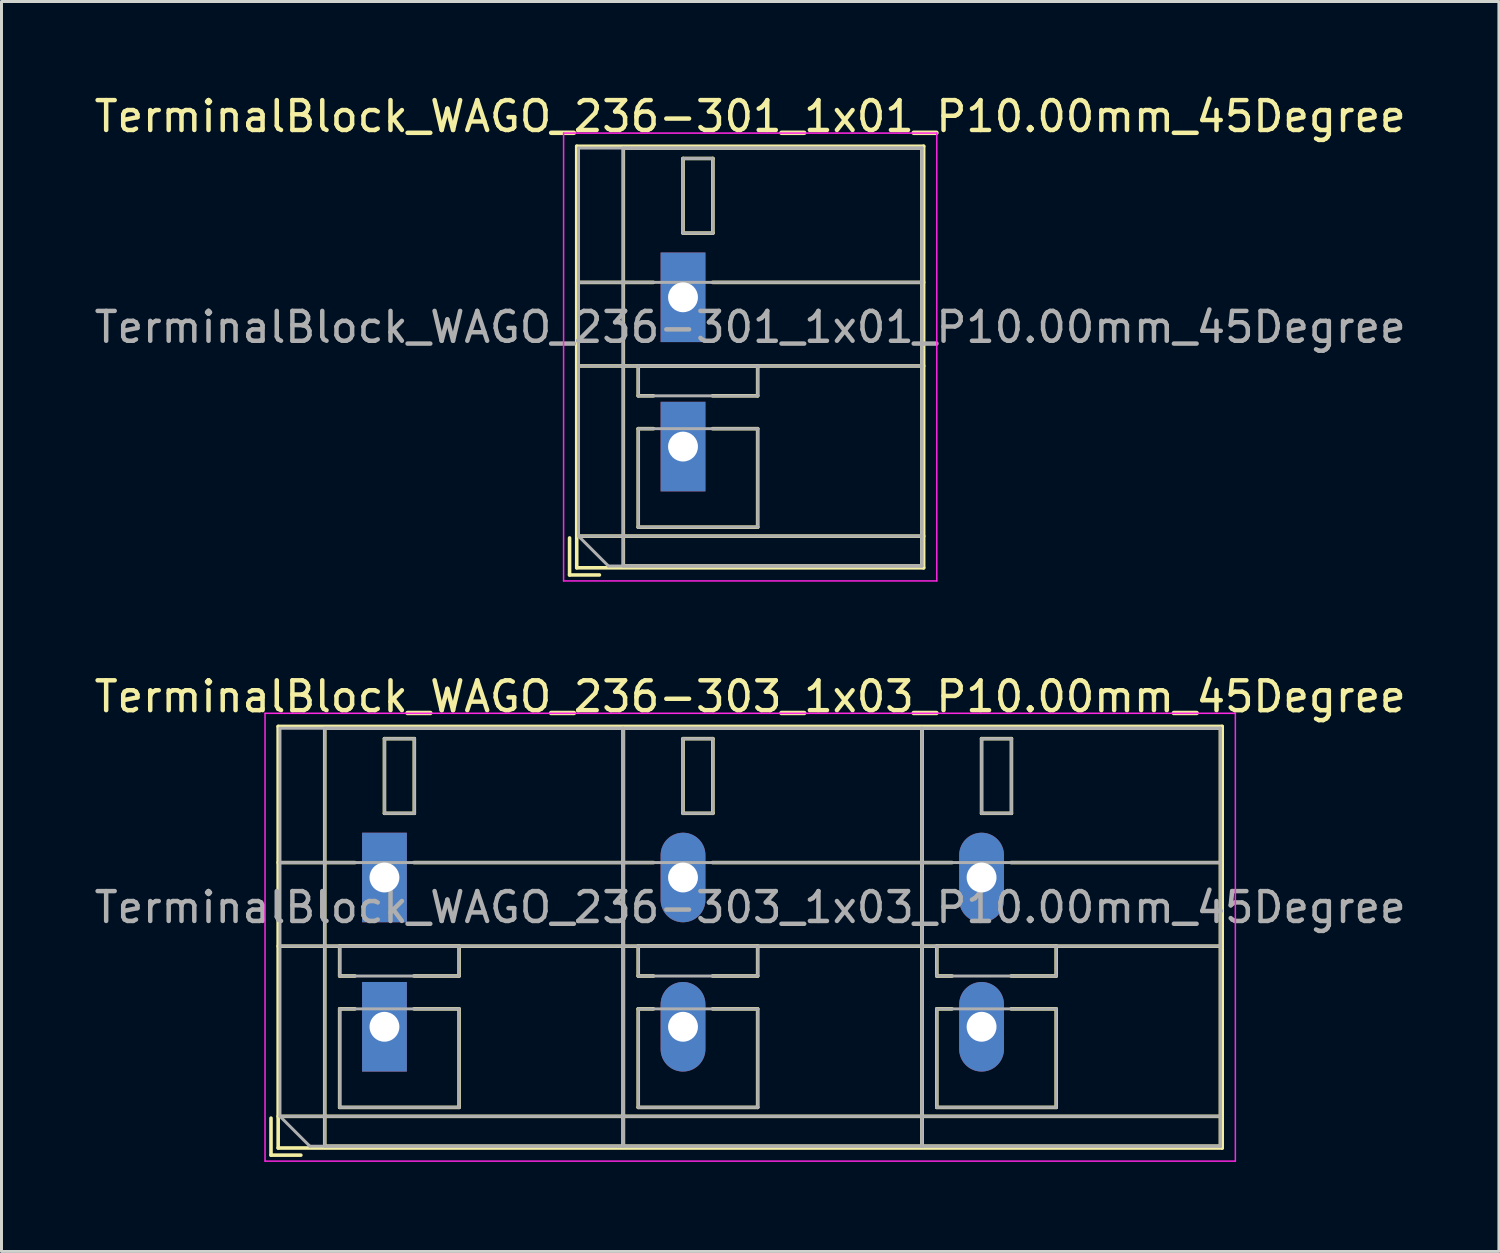
<source format=kicad_pcb>
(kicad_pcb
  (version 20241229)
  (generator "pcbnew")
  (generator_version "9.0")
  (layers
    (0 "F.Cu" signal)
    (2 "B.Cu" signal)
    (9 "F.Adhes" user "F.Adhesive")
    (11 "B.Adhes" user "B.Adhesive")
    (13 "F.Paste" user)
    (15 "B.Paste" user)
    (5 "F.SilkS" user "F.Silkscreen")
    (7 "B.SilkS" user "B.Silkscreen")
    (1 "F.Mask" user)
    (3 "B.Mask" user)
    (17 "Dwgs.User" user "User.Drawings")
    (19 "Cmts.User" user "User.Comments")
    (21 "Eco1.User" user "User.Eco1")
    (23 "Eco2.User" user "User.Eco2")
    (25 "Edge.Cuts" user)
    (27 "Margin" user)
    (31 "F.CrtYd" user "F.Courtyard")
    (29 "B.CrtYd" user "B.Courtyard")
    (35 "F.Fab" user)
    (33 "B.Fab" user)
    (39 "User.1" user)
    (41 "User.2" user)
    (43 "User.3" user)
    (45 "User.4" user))
  (footprint "TerminalBlock_WAGO_236-303_1x03_P10.00mm_45Degree"
    (layer "F.Cu")
    (at 9.827 31.341)
    (property "Reference" "TerminalBlock_WAGO_236-303_1x03_P10.00mm_45Degree" (at 12.25 -11.06 0) (layer "F.SilkS") (effects (font (size 1 1) (thickness 0.15))))
    (attr through_hole)
    (fp_line (start -3.8 3.06) (end -3.8 4.3) (stroke (width 0.12) (type solid)) (layer "F.SilkS"))
    (fp_line (start -3.8 4.3) (end -2.8 4.3) (stroke (width 0.12) (type solid)) (layer "F.SilkS"))
    (fp_line (start -3.56 -10.06) (end -3.56 4.06) (stroke (width 0.12) (type solid)) (layer "F.SilkS"))
    (fp_line (start -3.56 -10.06) (end 28.06 -10.06) (stroke (width 0.12) (type solid)) (layer "F.SilkS"))
    (fp_line (start -3.56 -5.5) (end -0.99 -5.5) (stroke (width 0.12) (type solid)) (layer "F.SilkS"))
    (fp_line (start -3.56 -2.7) (end 28.06 -2.7) (stroke (width 0.12) (type solid)) (layer "F.SilkS"))
    (fp_line (start -3.56 3) (end 28.06 3) (stroke (width 0.12) (type solid)) (layer "F.SilkS"))
    (fp_line (start -3.56 4.06) (end 28.06 4.06) (stroke (width 0.12) (type solid)) (layer "F.SilkS"))
    (fp_line (start -2 -10) (end -2 4) (stroke (width 0.12) (type solid)) (layer "F.SilkS"))
    (fp_line (start -2 -10) (end 8 -10) (stroke (width 0.12) (type solid)) (layer "F.SilkS"))
    (fp_line (start -2 4) (end 8 4) (stroke (width 0.12) (type solid)) (layer "F.SilkS"))
    (fp_line (start -1.5 -2.7) (end -1.5 -1.701) (stroke (width 0.12) (type solid)) (layer "F.SilkS"))
    (fp_line (start -1.5 -2.7) (end 2.5 -2.7) (stroke (width 0.12) (type solid)) (layer "F.SilkS"))
    (fp_line (start -1.5 -1.701) (end -0.99 -1.701) (stroke (width 0.12) (type solid)) (layer "F.SilkS"))
    (fp_line (start -1.5 -0.6) (end -1.5 2.7) (stroke (width 0.12) (type solid)) (layer "F.SilkS"))
    (fp_line (start -1.5 -0.6) (end -0.99 -0.6) (stroke (width 0.12) (type solid)) (layer "F.SilkS"))
    (fp_line (start -1.5 2.7) (end 2.5 2.7) (stroke (width 0.12) (type solid)) (layer "F.SilkS"))
    (fp_line (start 0 -9.65) (end 0 -7.15) (stroke (width 0.12) (type solid)) (layer "F.SilkS"))
    (fp_line (start 0 -9.65) (end 1 -9.65) (stroke (width 0.12) (type solid)) (layer "F.SilkS"))
    (fp_line (start 0 -7.15) (end 1 -7.15) (stroke (width 0.12) (type solid)) (layer "F.SilkS"))
    (fp_line (start 0.99 -5.5) (end 9.01 -5.5) (stroke (width 0.12) (type solid)) (layer "F.SilkS"))
    (fp_line (start 0.99 -1.701) (end 2.5 -1.701) (stroke (width 0.12) (type solid)) (layer "F.SilkS"))
    (fp_line (start 0.99 -0.6) (end 2.5 -0.6) (stroke (width 0.12) (type solid)) (layer "F.SilkS"))
    (fp_line (start 1 -9.65) (end 1 -7.15) (stroke (width 0.12) (type solid)) (layer "F.SilkS"))
    (fp_line (start 2.5 -2.7) (end 2.5 -1.701) (stroke (width 0.12) (type solid)) (layer "F.SilkS"))
    (fp_line (start 2.5 -0.6) (end 2.5 2.7) (stroke (width 0.12) (type solid)) (layer "F.SilkS"))
    (fp_line (start 8 -10) (end 8 4) (stroke (width 0.12) (type solid)) (layer "F.SilkS"))
    (fp_line (start 8 -10) (end 8 4) (stroke (width 0.12) (type solid)) (layer "F.SilkS"))
    (fp_line (start 8 -10) (end 18 -10) (stroke (width 0.12) (type solid)) (layer "F.SilkS"))
    (fp_line (start 8 4) (end 18 4) (stroke (width 0.12) (type solid)) (layer "F.SilkS"))
    (fp_line (start 8.5 -2.7) (end 8.5 -1.701) (stroke (width 0.12) (type solid)) (layer "F.SilkS"))
    (fp_line (start 8.5 -2.7) (end 12.5 -2.7) (stroke (width 0.12) (type solid)) (layer "F.SilkS"))
    (fp_line (start 8.5 -1.701) (end 9.01 -1.701) (stroke (width 0.12) (type solid)) (layer "F.SilkS"))
    (fp_line (start 8.5 -0.6) (end 8.5 2.7) (stroke (width 0.12) (type solid)) (layer "F.SilkS"))
    (fp_line (start 8.5 -0.6) (end 9.01 -0.6) (stroke (width 0.12) (type solid)) (layer "F.SilkS"))
    (fp_line (start 8.5 2.7) (end 12.5 2.7) (stroke (width 0.12) (type solid)) (layer "F.SilkS"))
    (fp_line (start 10 -9.65) (end 10 -7.15) (stroke (width 0.12) (type solid)) (layer "F.SilkS"))
    (fp_line (start 10 -9.65) (end 11 -9.65) (stroke (width 0.12) (type solid)) (layer "F.SilkS"))
    (fp_line (start 10 -7.15) (end 11 -7.15) (stroke (width 0.12) (type solid)) (layer "F.SilkS"))
    (fp_line (start 10.99 -5.5) (end 19.01 -5.5) (stroke (width 0.12) (type solid)) (layer "F.SilkS"))
    (fp_line (start 10.99 -1.701) (end 12.5 -1.701) (stroke (width 0.12) (type solid)) (layer "F.SilkS"))
    (fp_line (start 10.99 -0.6) (end 12.5 -0.6) (stroke (width 0.12) (type solid)) (layer "F.SilkS"))
    (fp_line (start 11 -9.65) (end 11 -7.15) (stroke (width 0.12) (type solid)) (layer "F.SilkS"))
    (fp_line (start 12.5 -2.7) (end 12.5 -1.701) (stroke (width 0.12) (type solid)) (layer "F.SilkS"))
    (fp_line (start 12.5 -0.6) (end 12.5 2.7) (stroke (width 0.12) (type solid)) (layer "F.SilkS"))
    (fp_line (start 18 -10) (end 18 4) (stroke (width 0.12) (type solid)) (layer "F.SilkS"))
    (fp_line (start 18 -10) (end 18 4) (stroke (width 0.12) (type solid)) (layer "F.SilkS"))
    (fp_line (start 18 -10) (end 28 -10) (stroke (width 0.12) (type solid)) (layer "F.SilkS"))
    (fp_line (start 18 4) (end 28 4) (stroke (width 0.12) (type solid)) (layer "F.SilkS"))
    (fp_line (start 18.5 -2.7) (end 18.5 -1.701) (stroke (width 0.12) (type solid)) (layer "F.SilkS"))
    (fp_line (start 18.5 -2.7) (end 22.5 -2.7) (stroke (width 0.12) (type solid)) (layer "F.SilkS"))
    (fp_line (start 18.5 -1.701) (end 19.01 -1.701) (stroke (width 0.12) (type solid)) (layer "F.SilkS"))
    (fp_line (start 18.5 -0.6) (end 18.5 2.7) (stroke (width 0.12) (type solid)) (layer "F.SilkS"))
    (fp_line (start 18.5 -0.6) (end 19.01 -0.6) (stroke (width 0.12) (type solid)) (layer "F.SilkS"))
    (fp_line (start 18.5 2.7) (end 22.5 2.7) (stroke (width 0.12) (type solid)) (layer "F.SilkS"))
    (fp_line (start 20 -9.65) (end 20 -7.15) (stroke (width 0.12) (type solid)) (layer "F.SilkS"))
    (fp_line (start 20 -9.65) (end 21 -9.65) (stroke (width 0.12) (type solid)) (layer "F.SilkS"))
    (fp_line (start 20 -7.15) (end 21 -7.15) (stroke (width 0.12) (type solid)) (layer "F.SilkS"))
    (fp_line (start 20.99 -5.5) (end 28.06 -5.5) (stroke (width 0.12) (type solid)) (layer "F.SilkS"))
    (fp_line (start 20.99 -1.701) (end 22.5 -1.701) (stroke (width 0.12) (type solid)) (layer "F.SilkS"))
    (fp_line (start 20.99 -0.6) (end 22.5 -0.6) (stroke (width 0.12) (type solid)) (layer "F.SilkS"))
    (fp_line (start 21 -9.65) (end 21 -7.15) (stroke (width 0.12) (type solid)) (layer "F.SilkS"))
    (fp_line (start 22.5 -2.7) (end 22.5 -1.701) (stroke (width 0.12) (type solid)) (layer "F.SilkS"))
    (fp_line (start 22.5 -0.6) (end 22.5 2.7) (stroke (width 0.12) (type solid)) (layer "F.SilkS"))
    (fp_line (start 28 -10) (end 28 4) (stroke (width 0.12) (type solid)) (layer "F.SilkS"))
    (fp_line (start 28.06 -10.06) (end 28.06 4.06) (stroke (width 0.12) (type solid)) (layer "F.SilkS"))
    (fp_line (start -4 -10.5) (end -4 4.5) (stroke (width 0.05) (type solid)) (layer "F.CrtYd"))
    (fp_line (start -4 4.5) (end 28.5 4.5) (stroke (width 0.05) (type solid)) (layer "F.CrtYd"))
    (fp_line (start 28.5 -10.5) (end -4 -10.5) (stroke (width 0.05) (type solid)) (layer "F.CrtYd"))
    (fp_line (start 28.5 4.5) (end 28.5 -10.5) (stroke (width 0.05) (type solid)) (layer "F.CrtYd"))
    (fp_line (start -3.5 -10) (end 28 -10) (stroke (width 0.1) (type solid)) (layer "F.Fab"))
    (fp_line (start -3.5 -5.5) (end 28 -5.5) (stroke (width 0.1) (type solid)) (layer "F.Fab"))
    (fp_line (start -3.5 -2.7) (end 28 -2.7) (stroke (width 0.1) (type solid)) (layer "F.Fab"))
    (fp_line (start -3.5 3) (end -3.5 -10) (stroke (width 0.1) (type solid)) (layer "F.Fab"))
    (fp_line (start -3.5 3) (end 28 3) (stroke (width 0.1) (type solid)) (layer "F.Fab"))
    (fp_line (start -2.5 4) (end -3.5 3) (stroke (width 0.1) (type solid)) (layer "F.Fab"))
    (fp_line (start -2 -10) (end -2 4) (stroke (width 0.1) (type solid)) (layer "F.Fab"))
    (fp_line (start -2 4) (end 8 4) (stroke (width 0.1) (type solid)) (layer "F.Fab"))
    (fp_line (start -1.5 -2.7) (end -1.5 -1.7) (stroke (width 0.1) (type solid)) (layer "F.Fab"))
    (fp_line (start -1.5 -1.7) (end 2.5 -1.7) (stroke (width 0.1) (type solid)) (layer "F.Fab"))
    (fp_line (start -1.5 -0.6) (end -1.5 2.7) (stroke (width 0.1) (type solid)) (layer "F.Fab"))
    (fp_line (start -1.5 2.7) (end 2.5 2.7) (stroke (width 0.1) (type solid)) (layer "F.Fab"))
    (fp_line (start 0 -9.65) (end 0 -7.15) (stroke (width 0.1) (type solid)) (layer "F.Fab"))
    (fp_line (start 0 -7.15) (end 1 -7.15) (stroke (width 0.1) (type solid)) (layer "F.Fab"))
    (fp_line (start 1 -9.65) (end 0 -9.65) (stroke (width 0.1) (type solid)) (layer "F.Fab"))
    (fp_line (start 1 -7.15) (end 1 -9.65) (stroke (width 0.1) (type solid)) (layer "F.Fab"))
    (fp_line (start 2.5 -2.7) (end -1.5 -2.7) (stroke (width 0.1) (type solid)) (layer "F.Fab"))
    (fp_line (start 2.5 -1.7) (end 2.5 -2.7) (stroke (width 0.1) (type solid)) (layer "F.Fab"))
    (fp_line (start 2.5 -0.6) (end -1.5 -0.6) (stroke (width 0.1) (type solid)) (layer "F.Fab"))
    (fp_line (start 2.5 2.7) (end 2.5 -0.6) (stroke (width 0.1) (type solid)) (layer "F.Fab"))
    (fp_line (start 8 -10) (end -2 -10) (stroke (width 0.1) (type solid)) (layer "F.Fab"))
    (fp_line (start 8 -10) (end 8 4) (stroke (width 0.1) (type solid)) (layer "F.Fab"))
    (fp_line (start 8 4) (end 8 -10) (stroke (width 0.1) (type solid)) (layer "F.Fab"))
    (fp_line (start 8 4) (end 18 4) (stroke (width 0.1) (type solid)) (layer "F.Fab"))
    (fp_line (start 8.5 -2.7) (end 8.5 -1.7) (stroke (width 0.1) (type solid)) (layer "F.Fab"))
    (fp_line (start 8.5 -1.7) (end 12.5 -1.7) (stroke (width 0.1) (type solid)) (layer "F.Fab"))
    (fp_line (start 8.5 -0.6) (end 8.5 2.7) (stroke (width 0.1) (type solid)) (layer "F.Fab"))
    (fp_line (start 8.5 2.7) (end 12.5 2.7) (stroke (width 0.1) (type solid)) (layer "F.Fab"))
    (fp_line (start 10 -9.65) (end 10 -7.15) (stroke (width 0.1) (type solid)) (layer "F.Fab"))
    (fp_line (start 10 -7.15) (end 11 -7.15) (stroke (width 0.1) (type solid)) (layer "F.Fab"))
    (fp_line (start 11 -9.65) (end 10 -9.65) (stroke (width 0.1) (type solid)) (layer "F.Fab"))
    (fp_line (start 11 -7.15) (end 11 -9.65) (stroke (width 0.1) (type solid)) (layer "F.Fab"))
    (fp_line (start 12.5 -2.7) (end 8.5 -2.7) (stroke (width 0.1) (type solid)) (layer "F.Fab"))
    (fp_line (start 12.5 -1.7) (end 12.5 -2.7) (stroke (width 0.1) (type solid)) (layer "F.Fab"))
    (fp_line (start 12.5 -0.6) (end 8.5 -0.6) (stroke (width 0.1) (type solid)) (layer "F.Fab"))
    (fp_line (start 12.5 2.7) (end 12.5 -0.6) (stroke (width 0.1) (type solid)) (layer "F.Fab"))
    (fp_line (start 18 -10) (end 8 -10) (stroke (width 0.1) (type solid)) (layer "F.Fab"))
    (fp_line (start 18 -10) (end 18 4) (stroke (width 0.1) (type solid)) (layer "F.Fab"))
    (fp_line (start 18 4) (end 18 -10) (stroke (width 0.1) (type solid)) (layer "F.Fab"))
    (fp_line (start 18 4) (end 28 4) (stroke (width 0.1) (type solid)) (layer "F.Fab"))
    (fp_line (start 18.5 -2.7) (end 18.5 -1.7) (stroke (width 0.1) (type solid)) (layer "F.Fab"))
    (fp_line (start 18.5 -1.7) (end 22.5 -1.7) (stroke (width 0.1) (type solid)) (layer "F.Fab"))
    (fp_line (start 18.5 -0.6) (end 18.5 2.7) (stroke (width 0.1) (type solid)) (layer "F.Fab"))
    (fp_line (start 18.5 2.7) (end 22.5 2.7) (stroke (width 0.1) (type solid)) (layer "F.Fab"))
    (fp_line (start 20 -9.65) (end 20 -7.15) (stroke (width 0.1) (type solid)) (layer "F.Fab"))
    (fp_line (start 20 -7.15) (end 21 -7.15) (stroke (width 0.1) (type solid)) (layer "F.Fab"))
    (fp_line (start 21 -9.65) (end 20 -9.65) (stroke (width 0.1) (type solid)) (layer "F.Fab"))
    (fp_line (start 21 -7.15) (end 21 -9.65) (stroke (width 0.1) (type solid)) (layer "F.Fab"))
    (fp_line (start 22.5 -2.7) (end 18.5 -2.7) (stroke (width 0.1) (type solid)) (layer "F.Fab"))
    (fp_line (start 22.5 -1.7) (end 22.5 -2.7) (stroke (width 0.1) (type solid)) (layer "F.Fab"))
    (fp_line (start 22.5 -0.6) (end 18.5 -0.6) (stroke (width 0.1) (type solid)) (layer "F.Fab"))
    (fp_line (start 22.5 2.7) (end 22.5 -0.6) (stroke (width 0.1) (type solid)) (layer "F.Fab"))
    (fp_line (start 28 -10) (end 18 -10) (stroke (width 0.1) (type solid)) (layer "F.Fab"))
    (fp_line (start 28 -10) (end 28 4) (stroke (width 0.1) (type solid)) (layer "F.Fab"))
    (fp_line (start 28 4) (end -2.5 4) (stroke (width 0.1) (type solid)) (layer "F.Fab"))
    (fp_line (start 28 4) (end 28 -10) (stroke (width 0.1) (type solid)) (layer "F.Fab"))
    (fp_text user "${REFERENCE}" (at 12.25 -4 0) (layer "F.Fab") (effects (font (size 1 1) (thickness 0.15))))
    (pad "1" thru_hole rect (at 0 -5) (size 1.5 3) (drill 1) (layers "*.Cu" "*.Mask"))
    (pad "1" thru_hole rect (at 0 0) (size 1.5 3) (drill 1) (layers "*.Cu" "*.Mask"))
    (pad "2" thru_hole oval (at 10 -5) (size 1.5 3) (drill 1) (layers "*.Cu" "*.Mask"))
    (pad "2" thru_hole oval (at 10 0) (size 1.5 3) (drill 1) (layers "*.Cu" "*.Mask"))
    (pad "3" thru_hole oval (at 20 -5) (size 1.5 3) (drill 1) (layers "*.Cu" "*.Mask"))
    (pad "3" thru_hole oval (at 20 0) (size 1.5 3) (drill 1) (layers "*.Cu" "*.Mask")))
  (footprint "TerminalBlock_WAGO_236-301_1x01_P10.00mm_45Degree"
    (layer "F.Cu")
    (at 19.827 11.908)
    (property "Reference" "TerminalBlock_WAGO_236-301_1x01_P10.00mm_45Degree" (at 2.25 -11.06 0) (layer "F.SilkS") (effects (font (size 1 1) (thickness 0.15))))
    (attr through_hole)
    (fp_line (start -3.8 3.06) (end -3.8 4.3) (stroke (width 0.12) (type solid)) (layer "F.SilkS"))
    (fp_line (start -3.8 4.3) (end -2.8 4.3) (stroke (width 0.12) (type solid)) (layer "F.SilkS"))
    (fp_line (start -3.56 -10.06) (end -3.56 4.06) (stroke (width 0.12) (type solid)) (layer "F.SilkS"))
    (fp_line (start -3.56 -10.06) (end 8.06 -10.06) (stroke (width 0.12) (type solid)) (layer "F.SilkS"))
    (fp_line (start -3.56 -5.5) (end -0.99 -5.5) (stroke (width 0.12) (type solid)) (layer "F.SilkS"))
    (fp_line (start -3.56 -2.7) (end 8.06 -2.7) (stroke (width 0.12) (type solid)) (layer "F.SilkS"))
    (fp_line (start -3.56 3) (end 8.06 3) (stroke (width 0.12) (type solid)) (layer "F.SilkS"))
    (fp_line (start -3.56 4.06) (end 8.06 4.06) (stroke (width 0.12) (type solid)) (layer "F.SilkS"))
    (fp_line (start -2 -10) (end -2 4) (stroke (width 0.12) (type solid)) (layer "F.SilkS"))
    (fp_line (start -2 -10) (end 8 -10) (stroke (width 0.12) (type solid)) (layer "F.SilkS"))
    (fp_line (start -2 4) (end 8 4) (stroke (width 0.12) (type solid)) (layer "F.SilkS"))
    (fp_line (start -1.5 -2.7) (end -1.5 -1.701) (stroke (width 0.12) (type solid)) (layer "F.SilkS"))
    (fp_line (start -1.5 -2.7) (end 2.5 -2.7) (stroke (width 0.12) (type solid)) (layer "F.SilkS"))
    (fp_line (start -1.5 -1.701) (end -0.99 -1.701) (stroke (width 0.12) (type solid)) (layer "F.SilkS"))
    (fp_line (start -1.5 -0.6) (end -1.5 2.7) (stroke (width 0.12) (type solid)) (layer "F.SilkS"))
    (fp_line (start -1.5 -0.6) (end -0.99 -0.6) (stroke (width 0.12) (type solid)) (layer "F.SilkS"))
    (fp_line (start -1.5 2.7) (end 2.5 2.7) (stroke (width 0.12) (type solid)) (layer "F.SilkS"))
    (fp_line (start 0 -9.65) (end 0 -7.15) (stroke (width 0.12) (type solid)) (layer "F.SilkS"))
    (fp_line (start 0 -9.65) (end 1 -9.65) (stroke (width 0.12) (type solid)) (layer "F.SilkS"))
    (fp_line (start 0 -7.15) (end 1 -7.15) (stroke (width 0.12) (type solid)) (layer "F.SilkS"))
    (fp_line (start 0.99 -5.5) (end 8.06 -5.5) (stroke (width 0.12) (type solid)) (layer "F.SilkS"))
    (fp_line (start 0.99 -1.701) (end 2.5 -1.701) (stroke (width 0.12) (type solid)) (layer "F.SilkS"))
    (fp_line (start 0.99 -0.6) (end 2.5 -0.6) (stroke (width 0.12) (type solid)) (layer "F.SilkS"))
    (fp_line (start 1 -9.65) (end 1 -7.15) (stroke (width 0.12) (type solid)) (layer "F.SilkS"))
    (fp_line (start 2.5 -2.7) (end 2.5 -1.701) (stroke (width 0.12) (type solid)) (layer "F.SilkS"))
    (fp_line (start 2.5 -0.6) (end 2.5 2.7) (stroke (width 0.12) (type solid)) (layer "F.SilkS"))
    (fp_line (start 8 -10) (end 8 4) (stroke (width 0.12) (type solid)) (layer "F.SilkS"))
    (fp_line (start 8.06 -10.06) (end 8.06 4.06) (stroke (width 0.12) (type solid)) (layer "F.SilkS"))
    (fp_line (start -4 -10.5) (end -4 4.5) (stroke (width 0.05) (type solid)) (layer "F.CrtYd"))
    (fp_line (start -4 4.5) (end 8.5 4.5) (stroke (width 0.05) (type solid)) (layer "F.CrtYd"))
    (fp_line (start 8.5 -10.5) (end -4 -10.5) (stroke (width 0.05) (type solid)) (layer "F.CrtYd"))
    (fp_line (start 8.5 4.5) (end 8.5 -10.5) (stroke (width 0.05) (type solid)) (layer "F.CrtYd"))
    (fp_line (start -3.5 -10) (end 8 -10) (stroke (width 0.1) (type solid)) (layer "F.Fab"))
    (fp_line (start -3.5 -5.5) (end 8 -5.5) (stroke (width 0.1) (type solid)) (layer "F.Fab"))
    (fp_line (start -3.5 -2.7) (end 8 -2.7) (stroke (width 0.1) (type solid)) (layer "F.Fab"))
    (fp_line (start -3.5 3) (end -3.5 -10) (stroke (width 0.1) (type solid)) (layer "F.Fab"))
    (fp_line (start -3.5 3) (end 8 3) (stroke (width 0.1) (type solid)) (layer "F.Fab"))
    (fp_line (start -2.5 4) (end -3.5 3) (stroke (width 0.1) (type solid)) (layer "F.Fab"))
    (fp_line (start -2 -10) (end -2 4) (stroke (width 0.1) (type solid)) (layer "F.Fab"))
    (fp_line (start -2 4) (end 8 4) (stroke (width 0.1) (type solid)) (layer "F.Fab"))
    (fp_line (start -1.5 -2.7) (end -1.5 -1.7) (stroke (width 0.1) (type solid)) (layer "F.Fab"))
    (fp_line (start -1.5 -1.7) (end 2.5 -1.7) (stroke (width 0.1) (type solid)) (layer "F.Fab"))
    (fp_line (start -1.5 -0.6) (end -1.5 2.7) (stroke (width 0.1) (type solid)) (layer "F.Fab"))
    (fp_line (start -1.5 2.7) (end 2.5 2.7) (stroke (width 0.1) (type solid)) (layer "F.Fab"))
    (fp_line (start 0 -9.65) (end 0 -7.15) (stroke (width 0.1) (type solid)) (layer "F.Fab"))
    (fp_line (start 0 -7.15) (end 1 -7.15) (stroke (width 0.1) (type solid)) (layer "F.Fab"))
    (fp_line (start 1 -9.65) (end 0 -9.65) (stroke (width 0.1) (type solid)) (layer "F.Fab"))
    (fp_line (start 1 -7.15) (end 1 -9.65) (stroke (width 0.1) (type solid)) (layer "F.Fab"))
    (fp_line (start 2.5 -2.7) (end -1.5 -2.7) (stroke (width 0.1) (type solid)) (layer "F.Fab"))
    (fp_line (start 2.5 -1.7) (end 2.5 -2.7) (stroke (width 0.1) (type solid)) (layer "F.Fab"))
    (fp_line (start 2.5 -0.6) (end -1.5 -0.6) (stroke (width 0.1) (type solid)) (layer "F.Fab"))
    (fp_line (start 2.5 2.7) (end 2.5 -0.6) (stroke (width 0.1) (type solid)) (layer "F.Fab"))
    (fp_line (start 8 -10) (end -2 -10) (stroke (width 0.1) (type solid)) (layer "F.Fab"))
    (fp_line (start 8 -10) (end 8 4) (stroke (width 0.1) (type solid)) (layer "F.Fab"))
    (fp_line (start 8 4) (end -2.5 4) (stroke (width 0.1) (type solid)) (layer "F.Fab"))
    (fp_line (start 8 4) (end 8 -10) (stroke (width 0.1) (type solid)) (layer "F.Fab"))
    (fp_text user "${REFERENCE}" (at 2.25 -4 0) (layer "F.Fab") (effects (font (size 1 1) (thickness 0.15))))
    (pad "1" thru_hole rect (at 0 -5) (size 1.5 3) (drill 1) (layers "*.Cu" "*.Mask"))
    (pad "1" thru_hole rect (at 0 0) (size 1.5 3) (drill 1) (layers "*.Cu" "*.Mask")))
  (gr_rect
    (start -3 -3)
    (end 47.155 38.867)
    (stroke (width 0.1) (type default))
    (fill no)
    (layer "Edge.Cuts")))
</source>
